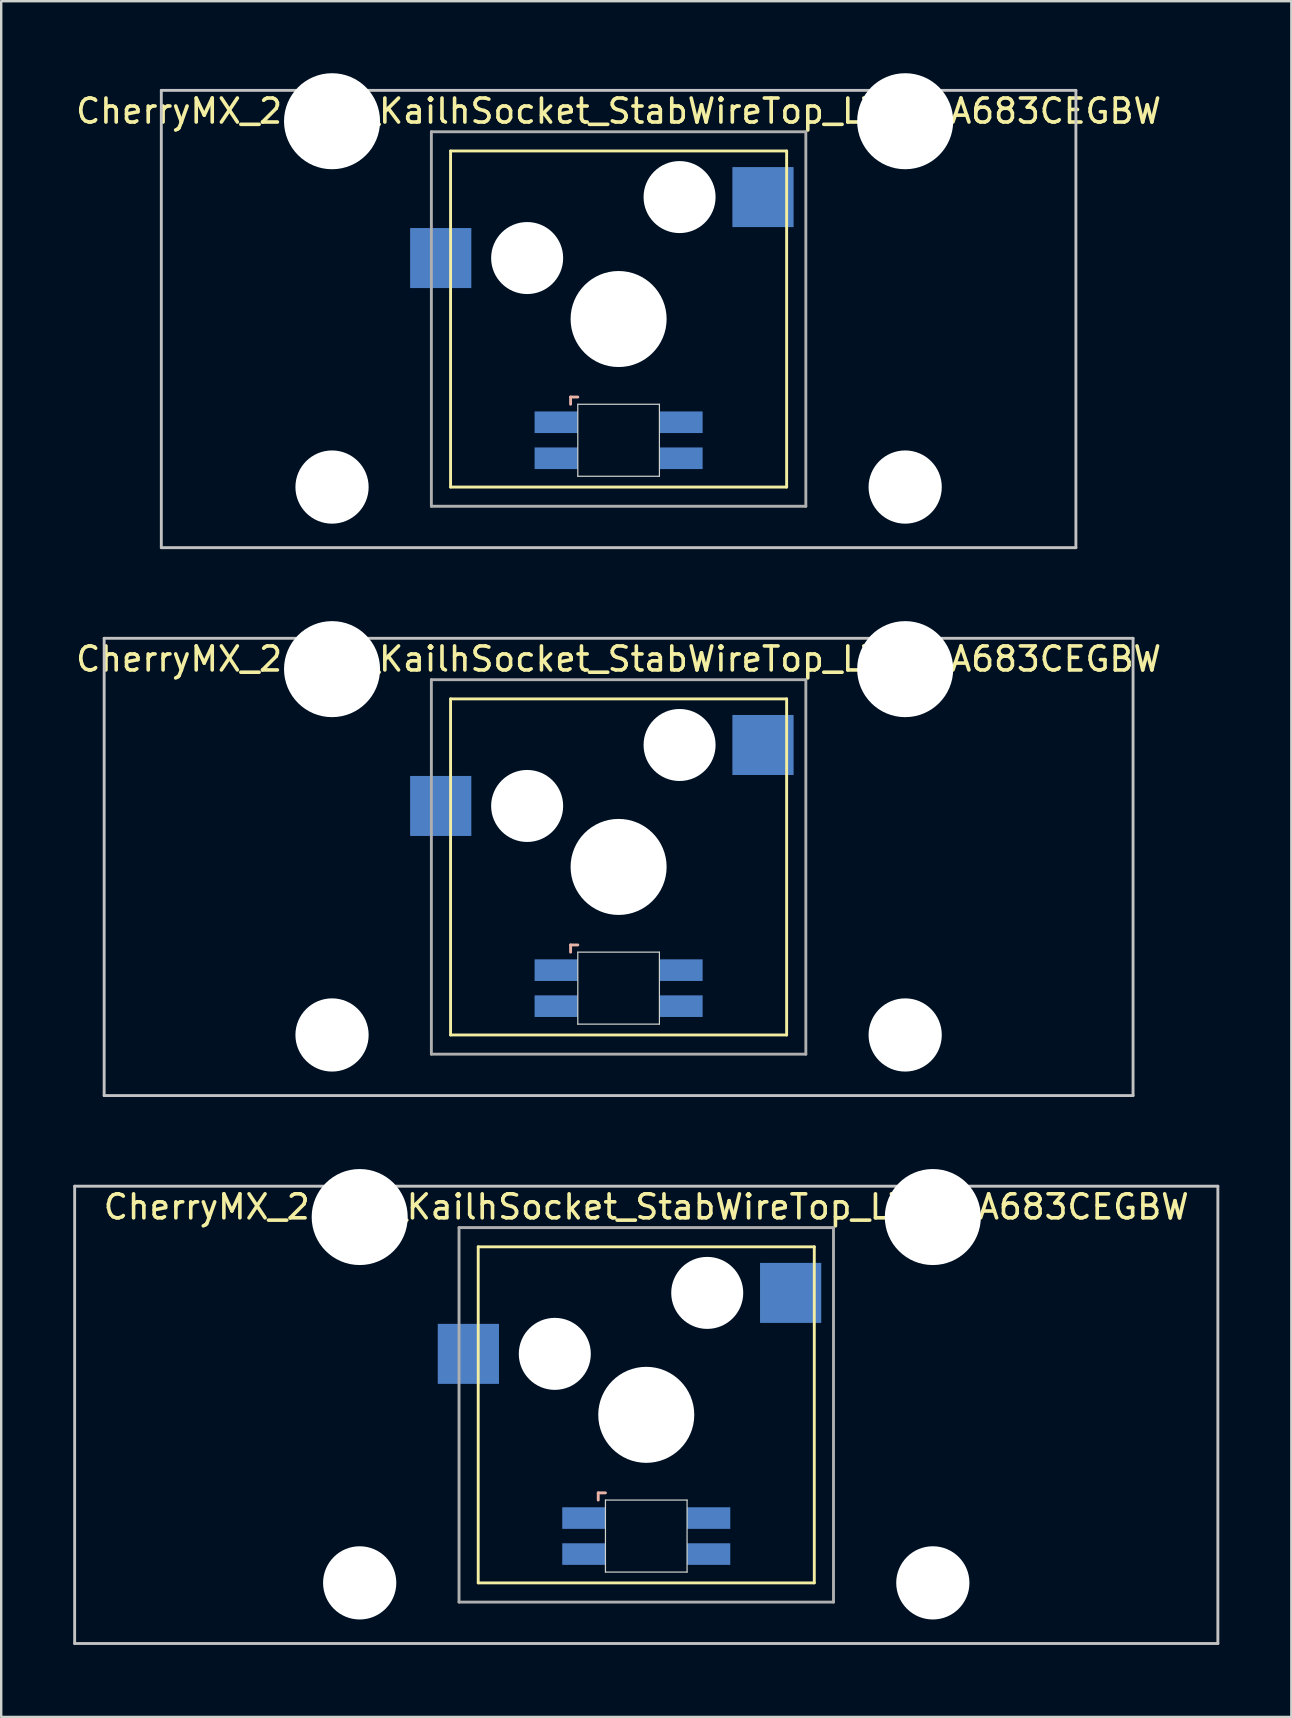
<source format=kicad_pcb>
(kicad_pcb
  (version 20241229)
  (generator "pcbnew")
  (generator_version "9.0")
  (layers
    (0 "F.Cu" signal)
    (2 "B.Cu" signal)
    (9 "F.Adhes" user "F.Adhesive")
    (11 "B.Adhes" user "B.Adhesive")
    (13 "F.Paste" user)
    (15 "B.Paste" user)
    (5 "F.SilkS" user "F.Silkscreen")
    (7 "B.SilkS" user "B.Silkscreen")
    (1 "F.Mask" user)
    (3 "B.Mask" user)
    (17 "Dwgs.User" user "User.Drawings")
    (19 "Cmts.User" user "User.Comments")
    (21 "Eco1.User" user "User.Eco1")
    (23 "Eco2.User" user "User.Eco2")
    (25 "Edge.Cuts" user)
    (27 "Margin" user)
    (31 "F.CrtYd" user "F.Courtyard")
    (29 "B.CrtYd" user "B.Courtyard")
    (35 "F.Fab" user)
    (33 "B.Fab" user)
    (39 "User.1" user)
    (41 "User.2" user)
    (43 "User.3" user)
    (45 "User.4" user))
  (footprint "CherryMX_2.50u_KailhSocket_StabWireTop_LTST-A683CEGBW"
    (layer "F.Cu")
    (at 23.872 55.89)
    (property "Reference" "CherryMX_2.50u_KailhSocket_StabWireTop_LTST-A683CEGBW" (at 0 -8.662 0) (layer "F.SilkS") (effects (font (size 1 1) (thickness 0.15))))
    (attr through_hole)
    (fp_line (start -7 -7) (end -7 7) (stroke (width 0.12) (type solid)) (layer "F.SilkS"))
    (fp_line (start -7 -7) (end 7 -7) (stroke (width 0.12) (type solid)) (layer "F.SilkS"))
    (fp_line (start 7 -7) (end 7 7) (stroke (width 0.12) (type solid)) (layer "F.SilkS"))
    (fp_line (start 7 7) (end -7 7) (stroke (width 0.12) (type solid)) (layer "F.SilkS"))
    (fp_line (start -2 3.25) (end -2 3.55) (stroke (width 0.12) (type solid)) (layer "B.SilkS"))
    (fp_line (start -1.7 3.25) (end -2 3.25) (stroke (width 0.12) (type solid)) (layer "B.SilkS"))
    (fp_line (start -23.812 -9.525) (end 23.812 -9.525) (stroke (width 0.12) (type solid)) (layer "Dwgs.User"))
    (fp_line (start -23.812 9.525) (end -23.812 -9.525) (stroke (width 0.12) (type solid)) (layer "Dwgs.User"))
    (fp_line (start 23.812 -9.525) (end 23.812 9.525) (stroke (width 0.12) (type solid)) (layer "Dwgs.User"))
    (fp_line (start 23.812 9.525) (end -23.812 9.525) (stroke (width 0.12) (type solid)) (layer "Dwgs.User"))
    (fp_line (start -1.7 3.55) (end 1.7 3.55) (stroke (width 0.05) (type solid)) (layer "Edge.Cuts"))
    (fp_line (start -1.7 6.55) (end -1.7 3.55) (stroke (width 0.05) (type solid)) (layer "Edge.Cuts"))
    (fp_line (start 1.7 3.55) (end 1.7 6.55) (stroke (width 0.05) (type solid)) (layer "Edge.Cuts"))
    (fp_line (start 1.7 6.55) (end -1.7 6.55) (stroke (width 0.05) (type solid)) (layer "Edge.Cuts"))
    (fp_line (start -7.8 -7.8) (end -7.8 7.8) (stroke (width 0.12) (type solid)) (layer "F.Fab"))
    (fp_line (start -7.8 -7.8) (end 7.8 -7.8) (stroke (width 0.12) (type solid)) (layer "F.Fab"))
    (fp_line (start -7.8 7.8) (end 7.8 7.8) (stroke (width 0.12) (type solid)) (layer "F.Fab"))
    (fp_line (start 7.8 -7.8) (end 7.8 7.8) (stroke (width 0.12) (type solid)) (layer "F.Fab"))
    (pad "" np_thru_hole circle (at -11.938 -8.24) (size 4 4) (drill 4) (layers "*.Cu" "*.Mask"))
    (pad "" np_thru_hole circle (at -11.938 7) (size 3.05 3.05) (drill 3.05) (layers "*.Cu" "*.Mask"))
    (pad "" np_thru_hole circle (at -3.81 -2.54) (size 3 3) (drill 3) (layers "*.Cu" "*.Mask"))
    (pad "" np_thru_hole circle (at 0 0) (size 4 4) (drill 4) (layers "*.Cu" "*.Mask"))
    (pad "" np_thru_hole circle (at 2.54 -5.08) (size 3 3) (drill 3) (layers "*.Cu" "*.Mask"))
    (pad "" np_thru_hole circle (at 11.938 -8.24) (size 4 4) (drill 4) (layers "*.Cu" "*.Mask"))
    (pad "" np_thru_hole circle (at 11.938 7) (size 3.05 3.05) (drill 3.05) (layers "*.Cu" "*.Mask"))
    (pad "1" smd rect (at -7.41 -2.54) (size 2.55 2.5) (layers "B.Cu" "B.Mask" "B.Paste"))
    (pad "2" smd rect (at 6.015 -5.08) (size 2.55 2.5) (layers "B.Cu" "B.Mask" "B.Paste"))
    (pad "3" smd rect (at -2.6 4.3) (size 1.8 0.9) (layers "B.Cu" "B.Mask" "B.Paste"))
    (pad "4" smd rect (at -2.6 5.8) (size 1.8 0.9) (layers "B.Cu" "B.Mask" "B.Paste"))
    (pad "5" smd rect (at 2.6 4.3) (size 1.8 0.9) (layers "B.Cu" "B.Mask" "B.Paste"))
    (pad "6" smd rect (at 2.6 5.8) (size 1.8 0.9) (layers "B.Cu" "B.Mask" "B.Paste")))
  (footprint "CherryMX_2.25u_KailhSocket_StabWireTop_LTST-A683CEGBW"
    (layer "F.Cu")
    (at 22.72 33.065)
    (property "Reference" "CherryMX_2.25u_KailhSocket_StabWireTop_LTST-A683CEGBW" (at 0 -8.662 0) (layer "F.SilkS") (effects (font (size 1 1) (thickness 0.15))))
    (attr through_hole)
    (fp_line (start -7 -7) (end -7 7) (stroke (width 0.12) (type solid)) (layer "F.SilkS"))
    (fp_line (start -7 -7) (end 7 -7) (stroke (width 0.12) (type solid)) (layer "F.SilkS"))
    (fp_line (start 7 -7) (end 7 7) (stroke (width 0.12) (type solid)) (layer "F.SilkS"))
    (fp_line (start 7 7) (end -7 7) (stroke (width 0.12) (type solid)) (layer "F.SilkS"))
    (fp_line (start -2 3.25) (end -2 3.55) (stroke (width 0.12) (type solid)) (layer "B.SilkS"))
    (fp_line (start -1.7 3.25) (end -2 3.25) (stroke (width 0.12) (type solid)) (layer "B.SilkS"))
    (fp_line (start -21.431 -9.525) (end 21.431 -9.525) (stroke (width 0.12) (type solid)) (layer "Dwgs.User"))
    (fp_line (start -21.431 9.525) (end -21.431 -9.525) (stroke (width 0.12) (type solid)) (layer "Dwgs.User"))
    (fp_line (start 21.431 -9.525) (end 21.431 9.525) (stroke (width 0.12) (type solid)) (layer "Dwgs.User"))
    (fp_line (start 21.431 9.525) (end -21.431 9.525) (stroke (width 0.12) (type solid)) (layer "Dwgs.User"))
    (fp_line (start -1.7 3.55) (end 1.7 3.55) (stroke (width 0.05) (type solid)) (layer "Edge.Cuts"))
    (fp_line (start -1.7 6.55) (end -1.7 3.55) (stroke (width 0.05) (type solid)) (layer "Edge.Cuts"))
    (fp_line (start 1.7 3.55) (end 1.7 6.55) (stroke (width 0.05) (type solid)) (layer "Edge.Cuts"))
    (fp_line (start 1.7 6.55) (end -1.7 6.55) (stroke (width 0.05) (type solid)) (layer "Edge.Cuts"))
    (fp_line (start -7.8 -7.8) (end -7.8 7.8) (stroke (width 0.12) (type solid)) (layer "F.Fab"))
    (fp_line (start -7.8 -7.8) (end 7.8 -7.8) (stroke (width 0.12) (type solid)) (layer "F.Fab"))
    (fp_line (start -7.8 7.8) (end 7.8 7.8) (stroke (width 0.12) (type solid)) (layer "F.Fab"))
    (fp_line (start 7.8 -7.8) (end 7.8 7.8) (stroke (width 0.12) (type solid)) (layer "F.Fab"))
    (pad "" np_thru_hole circle (at -11.938 -8.24) (size 4 4) (drill 4) (layers "*.Cu" "*.Mask"))
    (pad "" np_thru_hole circle (at -11.938 7) (size 3.05 3.05) (drill 3.05) (layers "*.Cu" "*.Mask"))
    (pad "" np_thru_hole circle (at -3.81 -2.54) (size 3 3) (drill 3) (layers "*.Cu" "*.Mask"))
    (pad "" np_thru_hole circle (at 0 0) (size 4 4) (drill 4) (layers "*.Cu" "*.Mask"))
    (pad "" np_thru_hole circle (at 2.54 -5.08) (size 3 3) (drill 3) (layers "*.Cu" "*.Mask"))
    (pad "" np_thru_hole circle (at 11.938 -8.24) (size 4 4) (drill 4) (layers "*.Cu" "*.Mask"))
    (pad "" np_thru_hole circle (at 11.938 7) (size 3.05 3.05) (drill 3.05) (layers "*.Cu" "*.Mask"))
    (pad "1" smd rect (at -7.41 -2.54) (size 2.55 2.5) (layers "B.Cu" "B.Mask" "B.Paste"))
    (pad "2" smd rect (at 6.015 -5.08) (size 2.55 2.5) (layers "B.Cu" "B.Mask" "B.Paste"))
    (pad "3" smd rect (at -2.6 4.3) (size 1.8 0.9) (layers "B.Cu" "B.Mask" "B.Paste"))
    (pad "4" smd rect (at -2.6 5.8) (size 1.8 0.9) (layers "B.Cu" "B.Mask" "B.Paste"))
    (pad "5" smd rect (at 2.6 4.3) (size 1.8 0.9) (layers "B.Cu" "B.Mask" "B.Paste"))
    (pad "6" smd rect (at 2.6 5.8) (size 1.8 0.9) (layers "B.Cu" "B.Mask" "B.Paste")))
  (footprint "CherryMX_2.00u_KailhSocket_StabWireTop_LTST-A683CEGBW"
    (layer "F.Cu")
    (at 22.72 10.24)
    (property "Reference" "CherryMX_2.00u_KailhSocket_StabWireTop_LTST-A683CEGBW" (at 0 -8.662 0) (layer "F.SilkS") (effects (font (size 1 1) (thickness 0.15))))
    (attr through_hole)
    (fp_line (start -7 -7) (end -7 7) (stroke (width 0.12) (type solid)) (layer "F.SilkS"))
    (fp_line (start -7 -7) (end 7 -7) (stroke (width 0.12) (type solid)) (layer "F.SilkS"))
    (fp_line (start 7 -7) (end 7 7) (stroke (width 0.12) (type solid)) (layer "F.SilkS"))
    (fp_line (start 7 7) (end -7 7) (stroke (width 0.12) (type solid)) (layer "F.SilkS"))
    (fp_line (start -2 3.25) (end -2 3.55) (stroke (width 0.12) (type solid)) (layer "B.SilkS"))
    (fp_line (start -1.7 3.25) (end -2 3.25) (stroke (width 0.12) (type solid)) (layer "B.SilkS"))
    (fp_line (start -19.05 -9.525) (end 19.05 -9.525) (stroke (width 0.12) (type solid)) (layer "Dwgs.User"))
    (fp_line (start -19.05 9.525) (end -19.05 -9.525) (stroke (width 0.12) (type solid)) (layer "Dwgs.User"))
    (fp_line (start 19.05 -9.525) (end 19.05 9.525) (stroke (width 0.12) (type solid)) (layer "Dwgs.User"))
    (fp_line (start 19.05 9.525) (end -19.05 9.525) (stroke (width 0.12) (type solid)) (layer "Dwgs.User"))
    (fp_line (start -1.7 3.55) (end 1.7 3.55) (stroke (width 0.05) (type solid)) (layer "Edge.Cuts"))
    (fp_line (start -1.7 6.55) (end -1.7 3.55) (stroke (width 0.05) (type solid)) (layer "Edge.Cuts"))
    (fp_line (start 1.7 3.55) (end 1.7 6.55) (stroke (width 0.05) (type solid)) (layer "Edge.Cuts"))
    (fp_line (start 1.7 6.55) (end -1.7 6.55) (stroke (width 0.05) (type solid)) (layer "Edge.Cuts"))
    (fp_line (start -7.8 -7.8) (end -7.8 7.8) (stroke (width 0.12) (type solid)) (layer "F.Fab"))
    (fp_line (start -7.8 -7.8) (end 7.8 -7.8) (stroke (width 0.12) (type solid)) (layer "F.Fab"))
    (fp_line (start -7.8 7.8) (end 7.8 7.8) (stroke (width 0.12) (type solid)) (layer "F.Fab"))
    (fp_line (start 7.8 -7.8) (end 7.8 7.8) (stroke (width 0.12) (type solid)) (layer "F.Fab"))
    (pad "" np_thru_hole circle (at -11.938 -8.24) (size 4 4) (drill 4) (layers "*.Cu" "*.Mask"))
    (pad "" np_thru_hole circle (at -11.938 7) (size 3.05 3.05) (drill 3.05) (layers "*.Cu" "*.Mask"))
    (pad "" np_thru_hole circle (at -3.81 -2.54) (size 3 3) (drill 3) (layers "*.Cu" "*.Mask"))
    (pad "" np_thru_hole circle (at 0 0) (size 4 4) (drill 4) (layers "*.Cu" "*.Mask"))
    (pad "" np_thru_hole circle (at 2.54 -5.08) (size 3 3) (drill 3) (layers "*.Cu" "*.Mask"))
    (pad "" np_thru_hole circle (at 11.938 -8.24) (size 4 4) (drill 4) (layers "*.Cu" "*.Mask"))
    (pad "" np_thru_hole circle (at 11.938 7) (size 3.05 3.05) (drill 3.05) (layers "*.Cu" "*.Mask"))
    (pad "1" smd rect (at -7.41 -2.54) (size 2.55 2.5) (layers "B.Cu" "B.Mask" "B.Paste"))
    (pad "2" smd rect (at 6.015 -5.08) (size 2.55 2.5) (layers "B.Cu" "B.Mask" "B.Paste"))
    (pad "3" smd rect (at -2.6 4.3) (size 1.8 0.9) (layers "B.Cu" "B.Mask" "B.Paste"))
    (pad "4" smd rect (at -2.6 5.8) (size 1.8 0.9) (layers "B.Cu" "B.Mask" "B.Paste"))
    (pad "5" smd rect (at 2.6 4.3) (size 1.8 0.9) (layers "B.Cu" "B.Mask" "B.Paste"))
    (pad "6" smd rect (at 2.6 5.8) (size 1.8 0.9) (layers "B.Cu" "B.Mask" "B.Paste")))
  (gr_rect
    (start -3 -3)
    (end 50.745 68.475)
    (stroke (width 0.1) (type default))
    (fill no)
    (layer "Edge.Cuts")))
</source>
